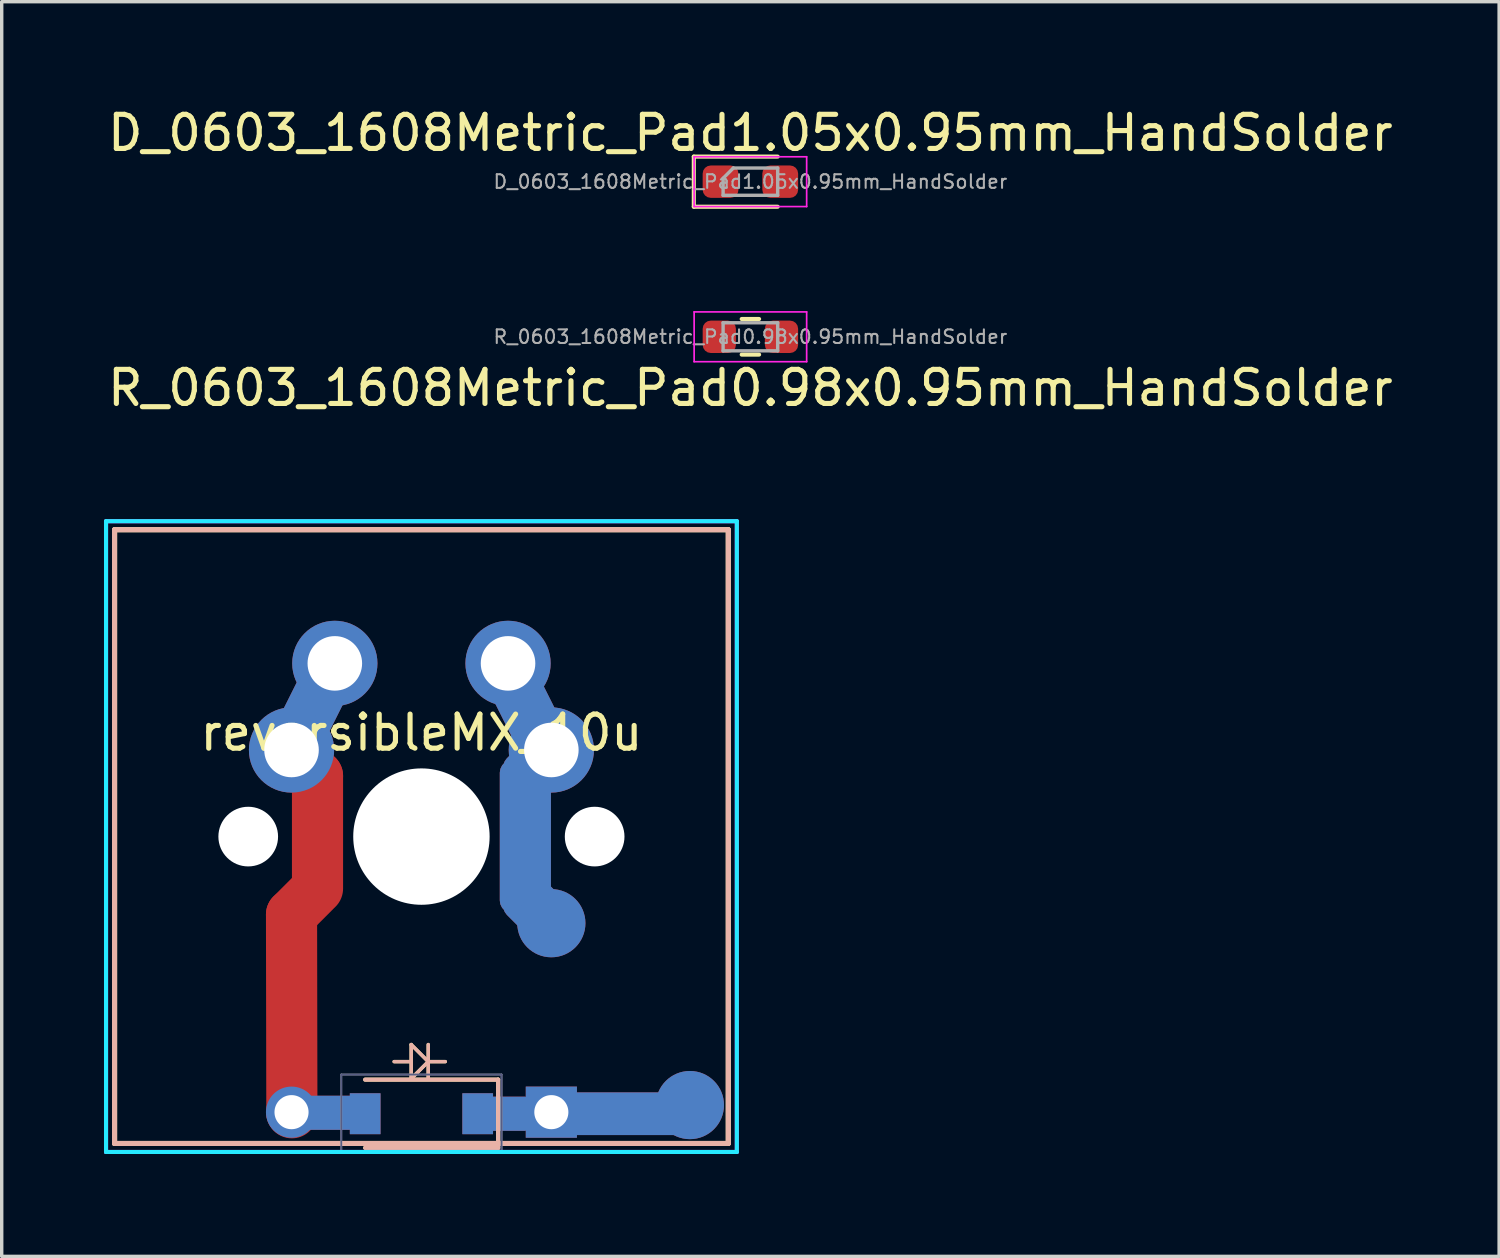
<source format=kicad_pcb>
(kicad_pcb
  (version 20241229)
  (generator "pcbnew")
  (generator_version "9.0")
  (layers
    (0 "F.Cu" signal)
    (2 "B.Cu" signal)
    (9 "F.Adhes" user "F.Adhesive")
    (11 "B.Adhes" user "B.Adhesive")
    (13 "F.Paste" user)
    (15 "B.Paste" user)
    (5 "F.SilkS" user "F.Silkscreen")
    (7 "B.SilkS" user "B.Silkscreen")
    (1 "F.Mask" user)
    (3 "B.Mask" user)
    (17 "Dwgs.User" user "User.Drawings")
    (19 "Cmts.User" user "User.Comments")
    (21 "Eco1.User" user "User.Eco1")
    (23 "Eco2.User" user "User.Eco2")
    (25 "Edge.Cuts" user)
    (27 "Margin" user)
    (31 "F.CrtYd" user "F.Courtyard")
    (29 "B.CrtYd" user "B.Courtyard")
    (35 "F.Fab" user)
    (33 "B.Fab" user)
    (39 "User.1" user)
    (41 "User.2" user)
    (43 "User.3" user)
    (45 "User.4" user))
  (footprint "D_0603_1608Metric_Pad1.05x0.95mm_HandSolder"
    (layer "F.Cu")
    (at 18.958 2.278)
    (property "Reference" "D_0603_1608Metric_Pad1.05x0.95mm_HandSolder" (at 0 -1.43 180) (layer "F.SilkS") (effects (font (size 1 1) (thickness 0.15))))
    (attr smd)
    (fp_line (start -1.66 -0.735) (end -1.66 0.735) (stroke (width 0.12) (type solid)) (layer "F.SilkS"))
    (fp_line (start -1.66 0.735) (end 0.8 0.735) (stroke (width 0.12) (type solid)) (layer "F.SilkS"))
    (fp_line (start 0.8 -0.735) (end -1.66 -0.735) (stroke (width 0.12) (type solid)) (layer "F.SilkS"))
    (fp_line (start -1.65 -0.73) (end 1.65 -0.73) (stroke (width 0.05) (type solid)) (layer "F.CrtYd"))
    (fp_line (start -1.65 0.73) (end -1.65 -0.73) (stroke (width 0.05) (type solid)) (layer "F.CrtYd"))
    (fp_line (start 1.65 -0.73) (end 1.65 0.73) (stroke (width 0.05) (type solid)) (layer "F.CrtYd"))
    (fp_line (start 1.65 0.73) (end -1.65 0.73) (stroke (width 0.05) (type solid)) (layer "F.CrtYd"))
    (fp_line (start -0.8 -0.1) (end -0.8 0.4) (stroke (width 0.1) (type solid)) (layer "F.Fab"))
    (fp_line (start -0.8 0.4) (end 0.8 0.4) (stroke (width 0.1) (type solid)) (layer "F.Fab"))
    (fp_line (start -0.5 -0.4) (end -0.8 -0.1) (stroke (width 0.1) (type solid)) (layer "F.Fab"))
    (fp_line (start 0.8 -0.4) (end -0.5 -0.4) (stroke (width 0.1) (type solid)) (layer "F.Fab"))
    (fp_line (start 0.8 0.4) (end 0.8 -0.4) (stroke (width 0.1) (type solid)) (layer "F.Fab"))
    (fp_text user "${REFERENCE}" (at 0 0 180) (layer "F.Fab") (effects (font (size 0.4 0.4) (thickness 0.06))))
    (pad "1" smd roundrect (at -0.875 0) (size 1.05 0.95) (layers "F.Cu" "F.Mask" "F.Paste") (roundrect_rratio 0.25))
    (pad "2" smd roundrect (at 0.875 0) (size 1.05 0.95) (layers "F.Cu" "F.Mask" "F.Paste") (roundrect_rratio 0.25)))
  (footprint "R_0603_1608Metric_Pad0.98x0.95mm_HandSolder"
    (layer "F.Cu")
    (at 18.958 6.828)
    (property "Reference" "R_0603_1608Metric_Pad0.98x0.95mm_HandSolder" (at 0 1.5 180) (layer "F.SilkS") (effects (font (size 1 1) (thickness 0.15))))
    (attr smd)
    (fp_line (start -0.255 -0.522) (end 0.255 -0.522) (stroke (width 0.12) (type solid)) (layer "F.SilkS"))
    (fp_line (start -0.255 0.522) (end 0.255 0.522) (stroke (width 0.12) (type solid)) (layer "F.SilkS"))
    (fp_line (start -1.65 -0.73) (end 1.65 -0.73) (stroke (width 0.05) (type solid)) (layer "F.CrtYd"))
    (fp_line (start -1.65 0.73) (end -1.65 -0.73) (stroke (width 0.05) (type solid)) (layer "F.CrtYd"))
    (fp_line (start 1.65 -0.73) (end 1.65 0.73) (stroke (width 0.05) (type solid)) (layer "F.CrtYd"))
    (fp_line (start 1.65 0.73) (end -1.65 0.73) (stroke (width 0.05) (type solid)) (layer "F.CrtYd"))
    (fp_line (start -0.8 -0.412) (end 0.8 -0.412) (stroke (width 0.1) (type solid)) (layer "F.Fab"))
    (fp_line (start -0.8 0.412) (end -0.8 -0.412) (stroke (width 0.1) (type solid)) (layer "F.Fab"))
    (fp_line (start 0.8 -0.412) (end 0.8 0.412) (stroke (width 0.1) (type solid)) (layer "F.Fab"))
    (fp_line (start 0.8 0.412) (end -0.8 0.412) (stroke (width 0.1) (type solid)) (layer "F.Fab"))
    (fp_text user "${REFERENCE}" (at 0 0 180) (layer "F.Fab") (effects (font (size 0.4 0.4) (thickness 0.06))))
    (pad "1" smd roundrect (at -0.912 0) (size 0.975 0.95) (layers "F.Cu" "F.Mask" "F.Paste") (roundrect_rratio 0.25))
    (pad "2" smd roundrect (at 0.912 0) (size 0.975 0.95) (layers "F.Cu" "F.Mask" "F.Paste") (roundrect_rratio 0.25)))
  (footprint "reversibleMX_10u"
    (layer "F.Cu")
    (at 9.31 21.486)
    (property "Reference" "reversibleMX_10u" (at 0 -3.048 0) (layer "F.SilkS") (effects (font (size 1 1) (thickness 0.15))))
    (attr through_hole)
    (fp_line (start -3.81 -2.54) (end -3.048 -1.778) (stroke (width 1.5) (type solid)) (layer "F.Cu"))
    (fp_line (start -3.8 8.1) (end -3.81 2.286) (stroke (width 1.5) (type solid)) (layer "F.Cu"))
    (fp_line (start -3.8 8.1) (end -1.778 8.1) (stroke (width 1) (type solid)) (layer "F.Cu"))
    (fp_line (start -3.175 1.651) (end -3.81 2.286) (stroke (width 1.5) (type solid)) (layer "F.Cu"))
    (fp_line (start -3.048 -1.778) (end -3.048 1.524) (stroke (width 1.5) (type solid)) (layer "F.Cu"))
    (fp_line (start -2.54 -5.08) (end -3.81 -2.54) (stroke (width 1.5) (type solid)) (layer "F.Cu"))
    (fp_line (start -3.8 8.1) (end -1.778 8.1) (stroke (width 1) (type solid)) (layer "B.Cu"))
    (fp_line (start -2.54 -5.08) (end -3.81 -2.54) (stroke (width 1.5) (type solid)) (layer "B.Cu"))
    (fp_line (start -9 -9) (end 9 -9) (stroke (width 0.15) (type solid)) (layer "F.SilkS"))
    (fp_line (start -9 9) (end -9 -9) (stroke (width 0.15) (type solid)) (layer "F.SilkS"))
    (fp_line (start -0.3 6.1) (end 0.2 6.6) (stroke (width 0.1) (type solid)) (layer "F.SilkS"))
    (fp_line (start -0.3 6.6) (end -0.8 6.6) (stroke (width 0.1) (type solid)) (layer "F.SilkS"))
    (fp_line (start -0.3 7.1) (end -0.3 6.1) (stroke (width 0.1) (type solid)) (layer "F.SilkS"))
    (fp_line (start 0.2 6.1) (end 0.2 7.1) (stroke (width 0.1) (type solid)) (layer "F.SilkS"))
    (fp_line (start 0.2 6.6) (end -0.3 7.1) (stroke (width 0.1) (type solid)) (layer "F.SilkS"))
    (fp_line (start 0.2 6.6) (end 0.7 6.6) (stroke (width 0.1) (type solid)) (layer "F.SilkS"))
    (fp_line (start 2.25 7.128) (end -1.65 7.128) (stroke (width 0.12) (type solid)) (layer "F.SilkS"))
    (fp_line (start 2.25 9.128) (end -1.65 9.128) (stroke (width 0.12) (type solid)) (layer "F.SilkS"))
    (fp_line (start 2.25 9.128) (end 2.25 7.128) (stroke (width 0.12) (type solid)) (layer "F.SilkS"))
    (fp_line (start 9 -9) (end 9 9) (stroke (width 0.15) (type solid)) (layer "F.SilkS"))
    (fp_line (start 9 9) (end -9 9) (stroke (width 0.15) (type solid)) (layer "F.SilkS"))
    (fp_line (start -9 -9) (end 9 -9) (stroke (width 0.15) (type solid)) (layer "B.SilkS"))
    (fp_line (start -9 9) (end -9 -9) (stroke (width 0.15) (type solid)) (layer "B.SilkS"))
    (fp_line (start -0.3 6.1) (end 0.2 6.6) (stroke (width 0.1) (type solid)) (layer "B.SilkS"))
    (fp_line (start -0.3 6.6) (end -0.8 6.6) (stroke (width 0.1) (type solid)) (layer "B.SilkS"))
    (fp_line (start -0.3 7.1) (end -0.3 6.1) (stroke (width 0.1) (type solid)) (layer "B.SilkS"))
    (fp_line (start 0.2 6.1) (end 0.2 7.1) (stroke (width 0.1) (type solid)) (layer "B.SilkS"))
    (fp_line (start 0.2 6.6) (end -0.3 7.1) (stroke (width 0.1) (type solid)) (layer "B.SilkS"))
    (fp_line (start 0.2 6.6) (end 0.7 6.6) (stroke (width 0.1) (type solid)) (layer "B.SilkS"))
    (fp_line (start 2.25 7.128) (end -1.65 7.128) (stroke (width 0.12) (type solid)) (layer "B.SilkS"))
    (fp_line (start 2.25 9.128) (end -1.65 9.128) (stroke (width 0.12) (type solid)) (layer "B.SilkS"))
    (fp_line (start 2.25 9.128) (end 2.25 7.128) (stroke (width 0.12) (type solid)) (layer "B.SilkS"))
    (fp_line (start 9 -9) (end 9 9) (stroke (width 0.15) (type solid)) (layer "B.SilkS"))
    (fp_line (start 9 9) (end -9 9) (stroke (width 0.15) (type solid)) (layer "B.SilkS"))
    (fp_line (start -8 -6) (end -8 -3) (stroke (width 0.15) (type solid)) (layer "Eco1.User"))
    (fp_line (start -8 -6) (end -7 -6) (stroke (width 0.15) (type solid)) (layer "Eco1.User"))
    (fp_line (start -8 -3) (end -7 -3) (stroke (width 0.15) (type solid)) (layer "Eco1.User"))
    (fp_line (start -8 3) (end -7 3) (stroke (width 0.15) (type solid)) (layer "Eco1.User"))
    (fp_line (start -8 6) (end -8 3) (stroke (width 0.15) (type solid)) (layer "Eco1.User"))
    (fp_line (start -8 6) (end -7 6) (stroke (width 0.15) (type solid)) (layer "Eco1.User"))
    (fp_line (start -7 -7) (end -7 -6) (stroke (width 0.15) (type solid)) (layer "Eco1.User"))
    (fp_line (start -7 -7) (end 7 -7) (stroke (width 0.15) (type solid)) (layer "Eco1.User"))
    (fp_line (start -7 -3) (end -7 3) (stroke (width 0.15) (type solid)) (layer "Eco1.User"))
    (fp_line (start -7 7) (end -7 6) (stroke (width 0.15) (type solid)) (layer "Eco1.User"))
    (fp_line (start 7 -7) (end 7 -6) (stroke (width 0.15) (type solid)) (layer "Eco1.User"))
    (fp_line (start 7 -6) (end 8 -6) (stroke (width 0.15) (type solid)) (layer "Eco1.User"))
    (fp_line (start 7 -3) (end 7 3) (stroke (width 0.15) (type solid)) (layer "Eco1.User"))
    (fp_line (start 7 -3) (end 8 -3) (stroke (width 0.15) (type solid)) (layer "Eco1.User"))
    (fp_line (start 7 3) (end 8 3) (stroke (width 0.15) (type solid)) (layer "Eco1.User"))
    (fp_line (start 7 6) (end 8 6) (stroke (width 0.15) (type solid)) (layer "Eco1.User"))
    (fp_line (start 7 7) (end -7 7) (stroke (width 0.15) (type solid)) (layer "Eco1.User"))
    (fp_line (start 7 7) (end 7 6) (stroke (width 0.15) (type solid)) (layer "Eco1.User"))
    (fp_line (start 8 -6) (end 8 -3) (stroke (width 0.15) (type solid)) (layer "Eco1.User"))
    (fp_line (start 8 6) (end 8 3) (stroke (width 0.15) (type solid)) (layer "Eco1.User"))
    (fp_line (start -9.25 -9.25) (end -9.25 9.25) (stroke (width 0.12) (type solid)) (layer "B.CrtYd"))
    (fp_line (start -9.25 9.25) (end 9.25 9.25) (stroke (width 0.12) (type solid)) (layer "B.CrtYd"))
    (fp_line (start 9.25 -9.25) (end -9.25 -9.25) (stroke (width 0.12) (type solid)) (layer "B.CrtYd"))
    (fp_line (start 9.25 9.25) (end 9.25 -9.25) (stroke (width 0.12) (type solid)) (layer "B.CrtYd"))
    (fp_line (start -9.25 -9.25) (end -9.25 9.25) (stroke (width 0.12) (type solid)) (layer "F.CrtYd"))
    (fp_line (start -9.25 9.25) (end 9.25 9.25) (stroke (width 0.12) (type solid)) (layer "F.CrtYd"))
    (fp_line (start 9.25 -9.25) (end -9.25 -9.25) (stroke (width 0.12) (type solid)) (layer "F.CrtYd"))
    (fp_line (start 9.25 9.25) (end 9.25 -9.25) (stroke (width 0.12) (type solid)) (layer "F.CrtYd"))
    (fp_line (start -2.35 6.978) (end 2.35 6.978) (stroke (width 0.05) (type solid)) (layer "B.Fab"))
    (fp_line (start -2.35 9.278) (end -2.35 6.978) (stroke (width 0.05) (type solid)) (layer "B.Fab"))
    (fp_line (start 2.35 9.278) (end -2.35 9.278) (stroke (width 0.05) (type solid)) (layer "B.Fab"))
    (fp_line (start 2.35 9.278) (end 2.35 6.978) (stroke (width 0.05) (type solid)) (layer "B.Fab"))
    (fp_line (start -2.35 6.978) (end 2.35 6.978) (stroke (width 0.05) (type solid)) (layer "F.Fab"))
    (fp_line (start -2.35 9.278) (end -2.35 6.978) (stroke (width 0.05) (type solid)) (layer "F.Fab"))
    (fp_line (start 2.35 9.278) (end -2.35 9.278) (stroke (width 0.05) (type solid)) (layer "F.Fab"))
    (fp_line (start 2.35 9.278) (end 2.35 6.978) (stroke (width 0.05) (type solid)) (layer "F.Fab"))
    (pad "" np_thru_hole circle (at -5.08 0) (size 1.75 1.75) (drill 1.75) (layers "*.Cu" "*.Mask"))
    (pad "" thru_hole circle (at -3.81 -2.54) (size 2.5 2.5) (drill 1.6) (layers "*.Cu" "*.Mask"))
    (pad "" thru_hole circle (at -3.81 8.082) (size 1.5 1.5) (drill 1) (layers "*.Cu" "*.Mask"))
    (pad "" thru_hole circle (at -2.54 -5.08) (size 2.5 2.5) (drill 1.6) (layers "*.Cu" "*.Mask"))
    (pad "" smd rect (at -1.65 8.128 180) (size 0.9 1.2) (layers "F.Cu" "F.Mask" "F.Paste"))
    (pad "" smd rect (at -1.65 8.128 180) (size 0.9 1.2) (layers "B.Cu" "B.Mask" "B.Paste"))
    (pad "" np_thru_hole circle (at 0 0) (size 4 4) (drill 4) (layers "*.Cu" "*.Mask"))
    (pad "" np_thru_hole circle (at 5.08 0) (size 1.75 1.75) (drill 1.75) (layers "*.Cu" "*.Mask"))
    (pad "1" thru_hole circle (at 2.54 -5.08) (size 2.5 2.5) (drill 1.6) (layers "*.Cu" "*.Mask"))
    (pad "1" smd roundrect (at 3.048 -3.81 296.6) (size 2.5 1.5) (layers "F.Cu") (roundrect_rratio 0.25))
    (pad "1" smd roundrect (at 3.048 -3.81 296.6) (size 2.5 1.5) (layers "B.Cu") (roundrect_rratio 0.25))
    (pad "1" smd roundrect (at 3.048 0 90) (size 4.5 1.5) (layers "F.Cu") (roundrect_rratio 0.25))
    (pad "1" smd roundrect (at 3.048 0 90) (size 4.5 1.5) (layers "B.Cu") (roundrect_rratio 0.25))
    (pad "1" smd roundrect (at 3.302 -2.032 315) (size 1.5 1.5) (layers "F.Cu") (roundrect_rratio 0.25))
    (pad "1" smd roundrect (at 3.302 -2.032 315) (size 1.5 1.5) (layers "B.Cu") (roundrect_rratio 0.25))
    (pad "1" smd roundrect (at 3.302 2.032 315) (size 1.5 1.5) (layers "F.Cu") (roundrect_rratio 0.25))
    (pad "1" smd roundrect (at 3.302 2.032 315) (size 1.5 1.5) (layers "B.Cu") (roundrect_rratio 0.25))
    (pad "1" thru_hole circle (at 3.81 -2.54) (size 2.5 2.5) (drill 1.6) (layers "*.Cu" "*.Mask"))
    (pad "1" smd circle (at 3.81 2.54) (size 2 2) (layers "F.Cu" "F.Mask"))
    (pad "1" smd circle (at 3.81 2.54) (size 2 2) (layers "B.Cu" "B.Mask"))
    (pad "2" smd rect (at 1.65 8.128 180) (size 0.9 1.2) (layers "F.Cu" "F.Mask" "F.Paste"))
    (pad "2" smd rect (at 1.65 8.128 180) (size 0.9 1.2) (layers "B.Cu" "B.Mask" "B.Paste"))
    (pad "2" smd roundrect (at 2.286 8.128) (size 2 1) (layers "F.Cu") (roundrect_rratio 0.25))
    (pad "2" smd roundrect (at 2.286 8.128) (size 2 1) (layers "B.Cu") (roundrect_rratio 0.25))
    (pad "2" thru_hole rect (at 3.81 8.082) (size 1.5 1.5) (drill 1) (layers "*.Cu" "*.Mask"))
    (pad "2" smd roundrect (at 5.842 8.128) (size 4 1.25) (layers "F.Cu") (roundrect_rratio 0.25))
    (pad "2" smd roundrect (at 5.842 8.128) (size 4 1.25) (layers "B.Cu") (roundrect_rratio 0.25))
    (pad "2" smd circle (at 7.874 7.874) (size 2 2) (layers "F.Cu" "F.Mask"))
    (pad "2" smd circle (at 7.874 7.874) (size 2 2) (layers "B.Cu" "B.Mask")))
  (gr_rect
    (start -3 -3)
    (end 40.917 33.797)
    (stroke (width 0.1) (type default))
    (fill no)
    (layer "Edge.Cuts")))
</source>
